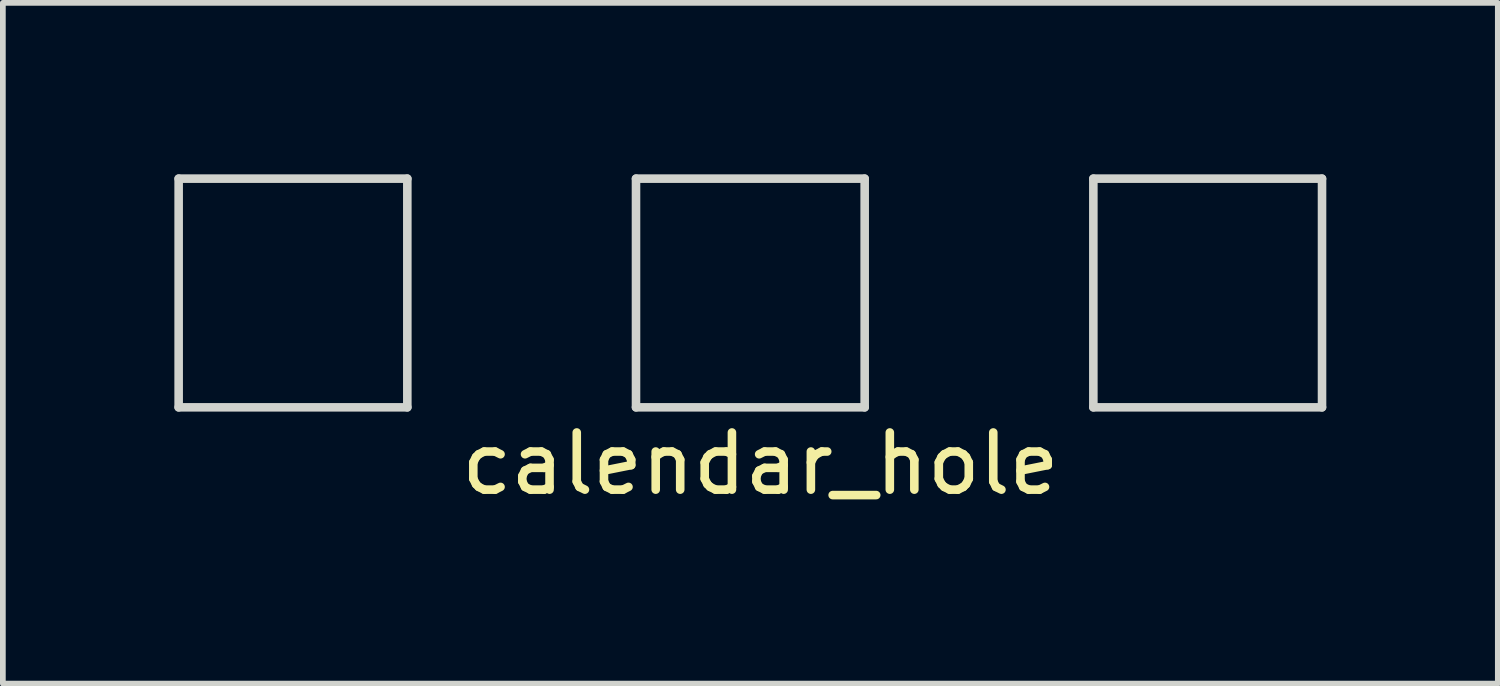
<source format=kicad_pcb>
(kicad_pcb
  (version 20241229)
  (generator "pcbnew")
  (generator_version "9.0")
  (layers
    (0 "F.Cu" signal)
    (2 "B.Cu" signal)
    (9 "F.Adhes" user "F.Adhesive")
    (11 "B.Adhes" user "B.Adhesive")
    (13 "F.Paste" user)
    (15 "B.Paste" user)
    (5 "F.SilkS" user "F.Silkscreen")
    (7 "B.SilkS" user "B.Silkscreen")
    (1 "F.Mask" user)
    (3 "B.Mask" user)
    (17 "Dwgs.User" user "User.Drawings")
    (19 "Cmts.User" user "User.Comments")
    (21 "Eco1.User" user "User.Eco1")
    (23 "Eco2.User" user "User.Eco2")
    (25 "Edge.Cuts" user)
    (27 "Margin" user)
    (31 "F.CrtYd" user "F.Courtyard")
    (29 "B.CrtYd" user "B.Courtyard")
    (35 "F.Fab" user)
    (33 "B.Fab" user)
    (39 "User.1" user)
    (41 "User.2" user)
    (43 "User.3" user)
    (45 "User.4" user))
  (footprint "calendar_hole"
    (layer "F.Cu")
    (at 10.075 2.075)
    (property "Reference" "calendar_hole" (at 0.178 2.985 0) (layer "F.SilkS") (effects (font (size 1 1) (thickness 0.15))))
    (attr through_hole)
    (fp_line (start -10 -2) (end -10 2) (stroke (width 0.15) (type solid)) (layer "Edge.Cuts"))
    (fp_line (start -10 2) (end -6 2) (stroke (width 0.15) (type solid)) (layer "Edge.Cuts"))
    (fp_line (start -6 -2) (end -10 -2) (stroke (width 0.15) (type solid)) (layer "Edge.Cuts"))
    (fp_line (start -6 2) (end -6 -2) (stroke (width 0.15) (type solid)) (layer "Edge.Cuts"))
    (fp_line (start -2 -2) (end -2 2) (stroke (width 0.15) (type solid)) (layer "Edge.Cuts"))
    (fp_line (start -2 2) (end 2 2) (stroke (width 0.15) (type solid)) (layer "Edge.Cuts"))
    (fp_line (start 2 -2) (end -2 -2) (stroke (width 0.15) (type solid)) (layer "Edge.Cuts"))
    (fp_line (start 2 2) (end 2 -2) (stroke (width 0.15) (type solid)) (layer "Edge.Cuts"))
    (fp_line (start 6 -2) (end 6 2) (stroke (width 0.15) (type solid)) (layer "Edge.Cuts"))
    (fp_line (start 6 2) (end 10 2) (stroke (width 0.15) (type solid)) (layer "Edge.Cuts"))
    (fp_line (start 10 -2) (end 6 -2) (stroke (width 0.15) (type solid)) (layer "Edge.Cuts"))
    (fp_line (start 10 2) (end 10 -2) (stroke (width 0.15) (type solid)) (layer "Edge.Cuts")))
  (gr_rect
    (start -3 -3)
    (end 23.15 8.908)
    (stroke (width 0.1) (type default))
    (fill no)
    (layer "Edge.Cuts")))
</source>
